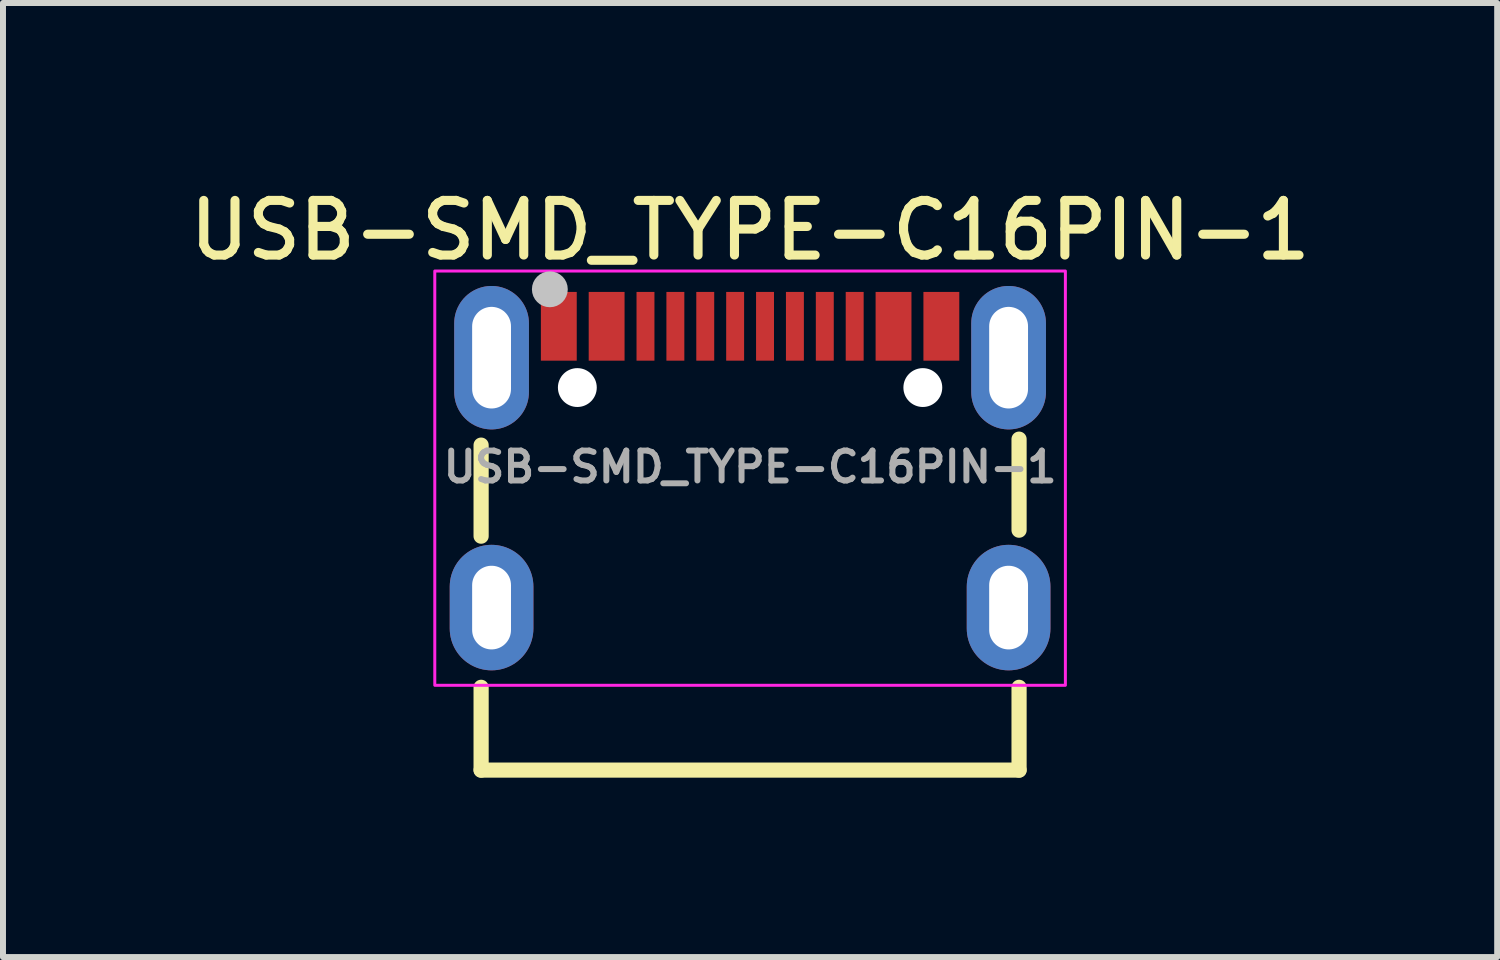
<source format=kicad_pcb>
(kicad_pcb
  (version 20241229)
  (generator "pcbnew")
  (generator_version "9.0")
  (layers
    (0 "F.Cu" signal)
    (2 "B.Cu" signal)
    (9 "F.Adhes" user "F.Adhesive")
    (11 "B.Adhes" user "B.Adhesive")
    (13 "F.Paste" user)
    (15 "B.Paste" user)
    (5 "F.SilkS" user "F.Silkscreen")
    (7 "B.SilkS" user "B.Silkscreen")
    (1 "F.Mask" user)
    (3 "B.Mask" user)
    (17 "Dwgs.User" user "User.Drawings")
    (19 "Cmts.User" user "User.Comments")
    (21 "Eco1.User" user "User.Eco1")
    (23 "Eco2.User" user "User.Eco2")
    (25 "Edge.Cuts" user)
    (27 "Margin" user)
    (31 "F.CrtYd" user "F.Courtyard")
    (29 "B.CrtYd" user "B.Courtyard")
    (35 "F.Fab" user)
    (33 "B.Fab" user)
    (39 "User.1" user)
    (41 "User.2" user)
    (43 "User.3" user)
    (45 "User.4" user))
  (footprint "USB-SMD_TYPE-C16PIN-1"
    (layer "F.Cu")
    (at 9.499 4.762)
    (property "Reference" "USB-SMD_TYPE-C16PIN-1" (at 0 -3.96 0) (layer "F.SilkS") (effects (font (size 0.914 0.914) (thickness 0.152))))
    (fp_line (start -4.5 -0.365) (end -4.5 1.158) (stroke (width 0.254) (type default)) (layer "F.SilkS"))
    (fp_line (start -4.5 3.687) (end -4.5 5.072) (stroke (width 0.254) (type default)) (layer "F.SilkS"))
    (fp_line (start -4.5 5.072) (end 4.5 5.072) (stroke (width 0.254) (type default)) (layer "F.SilkS"))
    (fp_line (start 4.5 1.058) (end 4.5 -0.465) (stroke (width 0.254) (type default)) (layer "F.SilkS"))
    (fp_line (start 4.5 5.072) (end 4.5 3.687) (stroke (width 0.254) (type default)) (layer "F.SilkS"))
    (fp_circle (center -3.35 -2.972) (end -3.2 -2.972) (stroke (width 0.3) (type default)) (fill no) (layer "Dwgs.User"))
    (fp_circle (center -2.89 -1.328) (end -2.765 -1.328) (stroke (width 0.25) (type default)) (fill no) (layer "Dwgs.User"))
    (fp_circle (center 2.89 -1.328) (end 3.015 -1.328) (stroke (width 0.25) (type default)) (fill no) (layer "Dwgs.User"))
    (fp_rect (start -5.275 -3.278) (end 5.275 3.653) (stroke (width 0.05) (type default)) (fill no) (layer "F.CrtYd"))
    (fp_circle (center -4.5 -2.637) (end -4.47 -2.637) (stroke (width 0.06) (type default)) (fill no) (layer "User.5"))
    (fp_text user "${REFERENCE}" (at 0 0 0) (layer "F.Fab") (effects (font (size 0.5 0.5) (thickness 0.1))))
    (pad "" np_thru_hole circle (at -2.89 -1.328) (size 0.65 0.65) (drill 0.65) (layers "*.Cu" "*.Mask"))
    (pad "" np_thru_hole circle (at 2.89 -1.328) (size 0.65 0.65) (drill 0.65) (layers "*.Cu" "*.Mask"))
    (pad "17" thru_hole oval (at -4.325 -1.828) (size 1.25 2.4) (drill oval 0.65 1.7) (layers "*.Cu" "*.Mask"))
    (pad "18" thru_hole oval (at 4.325 -1.828) (size 1.25 2.4) (drill oval 0.65 1.7) (layers "*.Cu" "*.Mask"))
    (pad "19" thru_hole oval (at -4.325 2.353) (size 1.4 2.1) (drill oval 0.65 1.4) (layers "*.Cu" "*.Mask"))
    (pad "20" thru_hole oval (at 4.325 2.353) (size 1.4 2.1) (drill oval 0.65 1.4) (layers "*.Cu" "*.Mask"))
    (pad "A1B12" smd rect (at -3.2 -2.353) (size 0.6 1.15) (layers "F.Cu" "F.Mask" "F.Paste"))
    (pad "A4B9" smd rect (at -2.4 -2.353) (size 0.6 1.15) (layers "F.Cu" "F.Mask" "F.Paste"))
    (pad "A5" smd rect (at -1.25 -2.353) (size 0.3 1.15) (layers "F.Cu" "F.Mask" "F.Paste"))
    (pad "A6" smd rect (at -0.25 -2.353) (size 0.3 1.15) (layers "F.Cu" "F.Mask" "F.Paste"))
    (pad "A7" smd rect (at 0.25 -2.353) (size 0.3 1.15) (layers "F.Cu" "F.Mask" "F.Paste"))
    (pad "A8" smd rect (at 1.25 -2.353) (size 0.3 1.15) (layers "F.Cu" "F.Mask" "F.Paste"))
    (pad "B1A12" smd rect (at 3.2 -2.353) (size 0.6 1.15) (layers "F.Cu" "F.Mask" "F.Paste"))
    (pad "B4A9" smd rect (at 2.4 -2.353) (size 0.6 1.15) (layers "F.Cu" "F.Mask" "F.Paste"))
    (pad "B5" smd rect (at 1.75 -2.353) (size 0.3 1.15) (layers "F.Cu" "F.Mask" "F.Paste"))
    (pad "B6" smd rect (at 0.75 -2.353) (size 0.3 1.15) (layers "F.Cu" "F.Mask" "F.Paste"))
    (pad "B7" smd rect (at -0.75 -2.353) (size 0.3 1.15) (layers "F.Cu" "F.Mask" "F.Paste"))
    (pad "B8" smd rect (at -1.75 -2.353) (size 0.3 1.15) (layers "F.Cu" "F.Mask" "F.Paste"))
    (zone (net_name "") (layer "F.Paste") (hatch edge 0.5) (priority 100) (connect_pads yes) (min_thickness 0) (filled_areas_thickness no) (fill yes) (polygon (pts (xy 5.999 1.835) (xy 6.599 1.835) (xy 6.599 2.985) (xy 5.999 2.985))) (filled_polygon (layer "F.Paste") (island) (pts (xy 5.999 1.835) (xy 6.599 1.835) (xy 6.599 2.985) (xy 5.999 2.985))))
    (zone (net_name "") (layer "F.Paste") (hatch edge 0.5) (priority 100) (connect_pads yes) (min_thickness 0) (filled_areas_thickness no) (fill yes) (polygon (pts (xy 6.799 1.835) (xy 7.399 1.835) (xy 7.399 2.985) (xy 6.799 2.985))) (filled_polygon (layer "F.Paste") (island) (pts (xy 6.799 1.835) (xy 7.399 1.835) (xy 7.399 2.985) (xy 6.799 2.985))))
    (zone (net_name "") (layer "F.Paste") (hatch edge 0.5) (priority 100) (connect_pads yes) (min_thickness 0) (filled_areas_thickness no) (fill yes) (polygon (pts (xy 7.599 1.835) (xy 7.899 1.835) (xy 7.899 2.985) (xy 7.599 2.985))) (filled_polygon (layer "F.Paste") (island) (pts (xy 7.599 1.835) (xy 7.899 1.835) (xy 7.899 2.985) (xy 7.599 2.985))))
    (zone (net_name "") (layer "F.Paste") (hatch edge 0.5) (priority 100) (connect_pads yes) (min_thickness 0) (filled_areas_thickness no) (fill yes) (polygon (pts (xy 8.099 1.835) (xy 8.399 1.835) (xy 8.399 2.985) (xy 8.099 2.985))) (filled_polygon (layer "F.Paste") (island) (pts (xy 8.099 1.835) (xy 8.399 1.835) (xy 8.399 2.985) (xy 8.099 2.985))))
    (zone (net_name "") (layer "F.Paste") (hatch edge 0.5) (priority 100) (connect_pads yes) (min_thickness 0) (filled_areas_thickness no) (fill yes) (polygon (pts (xy 8.599 1.835) (xy 8.899 1.835) (xy 8.899 2.985) (xy 8.599 2.985))) (filled_polygon (layer "F.Paste") (island) (pts (xy 8.599 1.835) (xy 8.899 1.835) (xy 8.899 2.985) (xy 8.599 2.985))))
    (zone (net_name "") (layer "F.Paste") (hatch edge 0.5) (priority 100) (connect_pads yes) (min_thickness 0) (filled_areas_thickness no) (fill yes) (polygon (pts (xy 9.099 1.835) (xy 9.399 1.835) (xy 9.399 2.985) (xy 9.099 2.985))) (filled_polygon (layer "F.Paste") (island) (pts (xy 9.099 1.835) (xy 9.399 1.835) (xy 9.399 2.985) (xy 9.099 2.985))))
    (zone (net_name "") (layer "F.Paste") (hatch edge 0.5) (priority 100) (connect_pads yes) (min_thickness 0) (filled_areas_thickness no) (fill yes) (polygon (pts (xy 9.599 1.835) (xy 9.899 1.835) (xy 9.899 2.985) (xy 9.599 2.985))) (filled_polygon (layer "F.Paste") (island) (pts (xy 9.599 1.835) (xy 9.899 1.835) (xy 9.899 2.985) (xy 9.599 2.985))))
    (zone (net_name "") (layer "F.Paste") (hatch edge 0.5) (priority 100) (connect_pads yes) (min_thickness 0) (filled_areas_thickness no) (fill yes) (polygon (pts (xy 10.099 1.835) (xy 10.399 1.835) (xy 10.399 2.985) (xy 10.099 2.985))) (filled_polygon (layer "F.Paste") (island) (pts (xy 10.099 1.835) (xy 10.399 1.835) (xy 10.399 2.985) (xy 10.099 2.985))))
    (zone (net_name "") (layer "F.Paste") (hatch edge 0.5) (priority 100) (connect_pads yes) (min_thickness 0) (filled_areas_thickness no) (fill yes) (polygon (pts (xy 10.599 1.835) (xy 10.899 1.835) (xy 10.899 2.985) (xy 10.599 2.985))) (filled_polygon (layer "F.Paste") (island) (pts (xy 10.599 1.835) (xy 10.899 1.835) (xy 10.899 2.985) (xy 10.599 2.985))))
    (zone (net_name "") (layer "F.Paste") (hatch edge 0.5) (priority 100) (connect_pads yes) (min_thickness 0) (filled_areas_thickness no) (fill yes) (polygon (pts (xy 11.099 1.835) (xy 11.399 1.835) (xy 11.399 2.985) (xy 11.099 2.985))) (filled_polygon (layer "F.Paste") (island) (pts (xy 11.099 1.835) (xy 11.399 1.835) (xy 11.399 2.985) (xy 11.099 2.985))))
    (zone (net_name "") (layer "F.Paste") (hatch edge 0.5) (priority 100) (connect_pads yes) (min_thickness 0) (filled_areas_thickness no) (fill yes) (polygon (pts (xy 11.599 1.835) (xy 12.199 1.835) (xy 12.199 2.985) (xy 11.599 2.985))) (filled_polygon (layer "F.Paste") (island) (pts (xy 11.599 1.835) (xy 12.199 1.835) (xy 12.199 2.985) (xy 11.599 2.985))))
    (zone (net_name "") (layer "F.Paste") (hatch edge 0.5) (priority 100) (connect_pads yes) (min_thickness 0) (filled_areas_thickness no) (fill yes) (polygon (pts (xy 12.399 1.835) (xy 12.999 1.835) (xy 12.999 2.985) (xy 12.399 2.985))) (filled_polygon (layer "F.Paste") (island) (pts (xy 12.399 1.835) (xy 12.999 1.835) (xy 12.999 2.985) (xy 12.399 2.985))))
    (zone (net_name "") (layer "F.Paste") (hatch edge 0.5) (priority 100) (connect_pads yes) (min_thickness 0) (filled_areas_thickness no) (fill yes) (polygon (pts (xy 5.22 1.736) (xy 5.189 1.735) (xy 5.158 1.735) (xy 5.127 1.736) (xy 5.096 1.739) (xy 5.065 1.744) (xy 5.035 1.75) (xy 5.004 1.758) (xy 4.975 1.767) (xy 4.945 1.778) (xy 4.917 1.79) (xy 4.889 1.803) (xy 4.861 1.818) (xy 4.835 1.835) (xy 4.809 1.852) (xy 4.784 1.871) (xy 4.76 1.891) (xy 4.737 1.912) (xy 4.716 1.934) (xy 4.695 1.958) (xy 4.676 1.982) (xy 4.657 2.008) (xy 4.64 2.034) (xy 4.625 2.061) (xy 4.611 2.088) (xy 4.598 2.117) (xy 4.586 2.146) (xy 4.577 2.175) (xy 4.568 2.205) (xy 4.561 2.236) (xy 4.556 2.266) (xy 4.552 2.297) (xy 4.55 2.328) (xy 4.549 2.36) (xy 4.549 3.51) (xy 4.55 3.541) (xy 4.552 3.572) (xy 4.556 3.603) (xy 4.561 3.633) (xy 4.568 3.664) (xy 4.577 3.694) (xy 4.586 3.723) (xy 4.598 3.752) (xy 4.611 3.781) (xy 4.625 3.809) (xy 4.64 3.835) (xy 4.657 3.862) (xy 4.676 3.887) (xy 4.695 3.911) (xy 4.716 3.935) (xy 4.737 3.957) (xy 4.76 3.978) (xy 4.784 3.998) (xy 4.809 4.017) (xy 4.835 4.035) (xy 4.861 4.051) (xy 4.889 4.066) (xy 4.917 4.079) (xy 4.945 4.091) (xy 4.975 4.102) (xy 5.004 4.111) (xy 5.035 4.119) (xy 5.065 4.125) (xy 5.096 4.13) (xy 5.127 4.133) (xy 5.158 4.134) (xy 5.189 4.134) (xy 5.22 4.133) (xy 5.251 4.13) (xy 5.282 4.125) (xy 5.313 4.119) (xy 5.343 4.111) (xy 5.373 4.102) (xy 5.402 4.091) (xy 5.431 4.079) (xy 5.459 4.066) (xy 5.486 4.051) (xy 5.513 4.035) (xy 5.539 4.017) (xy 5.563 3.998) (xy 5.587 3.978) (xy 5.61 3.957) (xy 5.632 3.935) (xy 5.653 3.911) (xy 5.672 3.887) (xy 5.69 3.862) (xy 5.707 3.835) (xy 5.723 3.809) (xy 5.737 3.781) (xy 5.75 3.752) (xy 5.761 3.723) (xy 5.771 3.694) (xy 5.779 3.664) (xy 5.786 3.633) (xy 5.792 3.603) (xy 5.796 3.572) (xy 5.798 3.541) (xy 5.799 3.51) (xy 5.799 2.36) (xy 5.798 2.328) (xy 5.796 2.297) (xy 5.792 2.266) (xy 5.786 2.236) (xy 5.779 2.205) (xy 5.771 2.175) (xy 5.761 2.146) (xy 5.75 2.117) (xy 5.737 2.088) (xy 5.723 2.061) (xy 5.707 2.034) (xy 5.69 2.008) (xy 5.672 1.982) (xy 5.653 1.958) (xy 5.632 1.934) (xy 5.61 1.912) (xy 5.587 1.891) (xy 5.563 1.871) (xy 5.539 1.852) (xy 5.513 1.835) (xy 5.486 1.818) (xy 5.459 1.803) (xy 5.431 1.79) (xy 5.402 1.778) (xy 5.373 1.767) (xy 5.343 1.758) (xy 5.313 1.75) (xy 5.282 1.744) (xy 5.251 1.739))) (filled_polygon (layer "F.Paste") (island) (pts (xy 5.22 1.736) (xy 5.189 1.735) (xy 5.158 1.735) (xy 5.127 1.736) (xy 5.096 1.739) (xy 5.065 1.744) (xy 5.035 1.75) (xy 5.004 1.758) (xy 4.975 1.767) (xy 4.945 1.778) (xy 4.917 1.79) (xy 4.889 1.803) (xy 4.861 1.818) (xy 4.835 1.835) (xy 4.809 1.852) (xy 4.784 1.871) (xy 4.76 1.891) (xy 4.737 1.912) (xy 4.716 1.934) (xy 4.695 1.958) (xy 4.676 1.982) (xy 4.657 2.008) (xy 4.64 2.034) (xy 4.625 2.061) (xy 4.611 2.088) (xy 4.598 2.117) (xy 4.586 2.146) (xy 4.577 2.175) (xy 4.568 2.205) (xy 4.561 2.236) (xy 4.556 2.266) (xy 4.552 2.297) (xy 4.55 2.328) (xy 4.549 2.36) (xy 4.549 3.51) (xy 4.55 3.541) (xy 4.552 3.572) (xy 4.556 3.603) (xy 4.561 3.633) (xy 4.568 3.664) (xy 4.577 3.694) (xy 4.586 3.723) (xy 4.598 3.752) (xy 4.611 3.781) (xy 4.625 3.809) (xy 4.64 3.835) (xy 4.657 3.862) (xy 4.676 3.887) (xy 4.695 3.911) (xy 4.716 3.935) (xy 4.737 3.957) (xy 4.76 3.978) (xy 4.784 3.998) (xy 4.809 4.017) (xy 4.835 4.035) (xy 4.861 4.051) (xy 4.889 4.066) (xy 4.917 4.079) (xy 4.945 4.091) (xy 4.975 4.102) (xy 5.004 4.111) (xy 5.035 4.119) (xy 5.065 4.125) (xy 5.096 4.13) (xy 5.127 4.133) (xy 5.158 4.134) (xy 5.189 4.134) (xy 5.22 4.133) (xy 5.251 4.13) (xy 5.282 4.125) (xy 5.313 4.119) (xy 5.343 4.111) (xy 5.373 4.102) (xy 5.402 4.091) (xy 5.431 4.079) (xy 5.459 4.066) (xy 5.486 4.051) (xy 5.513 4.035) (xy 5.539 4.017) (xy 5.563 3.998) (xy 5.587 3.978) (xy 5.61 3.957) (xy 5.632 3.935) (xy 5.653 3.911) (xy 5.672 3.887) (xy 5.69 3.862) (xy 5.707 3.835) (xy 5.723 3.809) (xy 5.737 3.781) (xy 5.75 3.752) (xy 5.761 3.723) (xy 5.771 3.694) (xy 5.779 3.664) (xy 5.786 3.633) (xy 5.792 3.603) (xy 5.796 3.572) (xy 5.798 3.541) (xy 5.799 3.51) (xy 5.799 2.36) (xy 5.798 2.328) (xy 5.796 2.297) (xy 5.792 2.266) (xy 5.786 2.236) (xy 5.779 2.205) (xy 5.771 2.175) (xy 5.761 2.146) (xy 5.75 2.117) (xy 5.737 2.088) (xy 5.723 2.061) (xy 5.707 2.034) (xy 5.69 2.008) (xy 5.672 1.982) (xy 5.653 1.958) (xy 5.632 1.934) (xy 5.61 1.912) (xy 5.587 1.891) (xy 5.563 1.871) (xy 5.539 1.852) (xy 5.513 1.835) (xy 5.486 1.818) (xy 5.459 1.803) (xy 5.431 1.79) (xy 5.402 1.778) (xy 5.373 1.767) (xy 5.343 1.758) (xy 5.313 1.75) (xy 5.282 1.744) (xy 5.251 1.739))))
    (zone (net_name "") (layer "F.Paste") (hatch edge 0.5) (priority 100) (connect_pads yes) (min_thickness 0) (filled_areas_thickness no) (fill yes) (polygon (pts (xy 5.226 6.067) (xy 5.191 6.065) (xy 5.156 6.065) (xy 5.121 6.067) (xy 5.087 6.07) (xy 5.052 6.076) (xy 5.018 6.082) (xy 4.984 6.091) (xy 4.951 6.101) (xy 4.918 6.113) (xy 4.886 6.127) (xy 4.854 6.142) (xy 4.824 6.159) (xy 4.794 6.177) (xy 4.765 6.197) (xy 4.737 6.218) (xy 4.711 6.24) (xy 4.685 6.264) (xy 4.661 6.289) (xy 4.638 6.315) (xy 4.616 6.342) (xy 4.595 6.371) (xy 4.576 6.4) (xy 4.559 6.43) (xy 4.543 6.461) (xy 4.529 6.493) (xy 4.516 6.526) (xy 4.505 6.559) (xy 4.495 6.592) (xy 4.488 6.626) (xy 4.482 6.661) (xy 4.477 6.695) (xy 4.475 6.73) (xy 4.474 6.765) (xy 4.474 7.465) (xy 4.475 7.5) (xy 4.477 7.535) (xy 4.482 7.569) (xy 4.488 7.604) (xy 4.495 7.638) (xy 4.505 7.671) (xy 4.516 7.704) (xy 4.529 7.737) (xy 4.543 7.769) (xy 4.559 7.8) (xy 4.576 7.83) (xy 4.595 7.859) (xy 4.616 7.888) (xy 4.638 7.915) (xy 4.661 7.941) (xy 4.685 7.966) (xy 4.711 7.99) (xy 4.737 8.012) (xy 4.765 8.033) (xy 4.794 8.053) (xy 4.824 8.071) (xy 4.854 8.088) (xy 4.886 8.103) (xy 4.918 8.117) (xy 4.951 8.128) (xy 4.984 8.139) (xy 5.018 8.147) (xy 5.052 8.154) (xy 5.087 8.16) (xy 5.121 8.163) (xy 5.156 8.165) (xy 5.191 8.165) (xy 5.226 8.163) (xy 5.261 8.16) (xy 5.295 8.154) (xy 5.329 8.147) (xy 5.363 8.139) (xy 5.397 8.128) (xy 5.429 8.117) (xy 5.462 8.103) (xy 5.493 8.088) (xy 5.524 8.071) (xy 5.554 8.053) (xy 5.582 8.033) (xy 5.61 8.012) (xy 5.637 7.99) (xy 5.663 7.966) (xy 5.687 7.941) (xy 5.71 7.915) (xy 5.732 7.888) (xy 5.752 7.859) (xy 5.771 7.83) (xy 5.788 7.8) (xy 5.804 7.769) (xy 5.819 7.737) (xy 5.832 7.704) (xy 5.843 7.671) (xy 5.852 7.638) (xy 5.86 7.604) (xy 5.866 7.569) (xy 5.87 7.535) (xy 5.873 7.5) (xy 5.874 7.465) (xy 5.874 6.765) (xy 5.873 6.73) (xy 5.87 6.695) (xy 5.866 6.661) (xy 5.86 6.626) (xy 5.852 6.592) (xy 5.843 6.559) (xy 5.832 6.526) (xy 5.819 6.493) (xy 5.804 6.461) (xy 5.788 6.43) (xy 5.771 6.4) (xy 5.752 6.371) (xy 5.732 6.342) (xy 5.71 6.315) (xy 5.687 6.289) (xy 5.663 6.264) (xy 5.637 6.24) (xy 5.61 6.218) (xy 5.582 6.197) (xy 5.554 6.177) (xy 5.524 6.159) (xy 5.493 6.142) (xy 5.462 6.127) (xy 5.429 6.113) (xy 5.397 6.101) (xy 5.363 6.091) (xy 5.329 6.082) (xy 5.295 6.076) (xy 5.261 6.07))) (filled_polygon (layer "F.Paste") (island) (pts (xy 5.226 6.067) (xy 5.191 6.065) (xy 5.156 6.065) (xy 5.121 6.067) (xy 5.087 6.07) (xy 5.052 6.076) (xy 5.018 6.082) (xy 4.984 6.091) (xy 4.951 6.101) (xy 4.918 6.113) (xy 4.886 6.127) (xy 4.854 6.142) (xy 4.824 6.159) (xy 4.794 6.177) (xy 4.765 6.197) (xy 4.737 6.218) (xy 4.711 6.24) (xy 4.685 6.264) (xy 4.661 6.289) (xy 4.638 6.315) (xy 4.616 6.342) (xy 4.595 6.371) (xy 4.576 6.4) (xy 4.559 6.43) (xy 4.543 6.461) (xy 4.529 6.493) (xy 4.516 6.526) (xy 4.505 6.559) (xy 4.495 6.592) (xy 4.488 6.626) (xy 4.482 6.661) (xy 4.477 6.695) (xy 4.475 6.73) (xy 4.474 6.765) (xy 4.474 7.465) (xy 4.475 7.5) (xy 4.477 7.535) (xy 4.482 7.569) (xy 4.488 7.604) (xy 4.495 7.638) (xy 4.505 7.671) (xy 4.516 7.704) (xy 4.529 7.737) (xy 4.543 7.769) (xy 4.559 7.8) (xy 4.576 7.83) (xy 4.595 7.859) (xy 4.616 7.888) (xy 4.638 7.915) (xy 4.661 7.941) (xy 4.685 7.966) (xy 4.711 7.99) (xy 4.737 8.012) (xy 4.765 8.033) (xy 4.794 8.053) (xy 4.824 8.071) (xy 4.854 8.088) (xy 4.886 8.103) (xy 4.918 8.117) (xy 4.951 8.128) (xy 4.984 8.139) (xy 5.018 8.147) (xy 5.052 8.154) (xy 5.087 8.16) (xy 5.121 8.163) (xy 5.156 8.165) (xy 5.191 8.165) (xy 5.226 8.163) (xy 5.261 8.16) (xy 5.295 8.154) (xy 5.329 8.147) (xy 5.363 8.139) (xy 5.397 8.128) (xy 5.429 8.117) (xy 5.462 8.103) (xy 5.493 8.088) (xy 5.524 8.071) (xy 5.554 8.053) (xy 5.582 8.033) (xy 5.61 8.012) (xy 5.637 7.99) (xy 5.663 7.966) (xy 5.687 7.941) (xy 5.71 7.915) (xy 5.732 7.888) (xy 5.752 7.859) (xy 5.771 7.83) (xy 5.788 7.8) (xy 5.804 7.769) (xy 5.819 7.737) (xy 5.832 7.704) (xy 5.843 7.671) (xy 5.852 7.638) (xy 5.86 7.604) (xy 5.866 7.569) (xy 5.87 7.535) (xy 5.873 7.5) (xy 5.874 7.465) (xy 5.874 6.765) (xy 5.873 6.73) (xy 5.87 6.695) (xy 5.866 6.661) (xy 5.86 6.626) (xy 5.852 6.592) (xy 5.843 6.559) (xy 5.832 6.526) (xy 5.819 6.493) (xy 5.804 6.461) (xy 5.788 6.43) (xy 5.771 6.4) (xy 5.752 6.371) (xy 5.732 6.342) (xy 5.71 6.315) (xy 5.687 6.289) (xy 5.663 6.264) (xy 5.637 6.24) (xy 5.61 6.218) (xy 5.582 6.197) (xy 5.554 6.177) (xy 5.524 6.159) (xy 5.493 6.142) (xy 5.462 6.127) (xy 5.429 6.113) (xy 5.397 6.101) (xy 5.363 6.091) (xy 5.329 6.082) (xy 5.295 6.076) (xy 5.261 6.07))))
    (zone (net_name "") (layer "F.Paste") (hatch edge 0.5) (priority 100) (connect_pads yes) (min_thickness 0) (filled_areas_thickness no) (fill yes) (polygon (pts (xy 13.871 1.736) (xy 13.84 1.735) (xy 13.808 1.735) (xy 13.777 1.736) (xy 13.746 1.739) (xy 13.715 1.744) (xy 13.685 1.75) (xy 13.655 1.758) (xy 13.625 1.767) (xy 13.596 1.778) (xy 13.567 1.79) (xy 13.539 1.803) (xy 13.511 1.818) (xy 13.485 1.835) (xy 13.459 1.852) (xy 13.434 1.871) (xy 13.41 1.891) (xy 13.388 1.912) (xy 13.366 1.934) (xy 13.345 1.958) (xy 13.326 1.982) (xy 13.308 2.008) (xy 13.291 2.034) (xy 13.275 2.061) (xy 13.261 2.088) (xy 13.248 2.117) (xy 13.237 2.146) (xy 13.227 2.175) (xy 13.218 2.205) (xy 13.211 2.236) (xy 13.206 2.266) (xy 13.202 2.297) (xy 13.2 2.328) (xy 13.199 2.36) (xy 13.199 3.51) (xy 13.2 3.541) (xy 13.202 3.572) (xy 13.206 3.603) (xy 13.211 3.633) (xy 13.218 3.664) (xy 13.227 3.694) (xy 13.237 3.723) (xy 13.248 3.752) (xy 13.261 3.781) (xy 13.275 3.809) (xy 13.291 3.835) (xy 13.308 3.862) (xy 13.326 3.887) (xy 13.345 3.911) (xy 13.366 3.935) (xy 13.388 3.957) (xy 13.41 3.978) (xy 13.434 3.998) (xy 13.459 4.017) (xy 13.485 4.035) (xy 13.511 4.051) (xy 13.539 4.066) (xy 13.567 4.079) (xy 13.596 4.091) (xy 13.625 4.102) (xy 13.655 4.111) (xy 13.685 4.119) (xy 13.715 4.125) (xy 13.746 4.13) (xy 13.777 4.133) (xy 13.808 4.134) (xy 13.84 4.134) (xy 13.871 4.133) (xy 13.902 4.13) (xy 13.932 4.125) (xy 13.963 4.119) (xy 13.993 4.111) (xy 14.023 4.102) (xy 14.052 4.091) (xy 14.081 4.079) (xy 14.109 4.066) (xy 14.136 4.051) (xy 14.163 4.035) (xy 14.189 4.017) (xy 14.214 3.998) (xy 14.237 3.978) (xy 14.26 3.957) (xy 14.282 3.935) (xy 14.303 3.911) (xy 14.322 3.887) (xy 14.34 3.862) (xy 14.357 3.835) (xy 14.373 3.809) (xy 14.387 3.781) (xy 14.4 3.752) (xy 14.411 3.723) (xy 14.421 3.694) (xy 14.43 3.664) (xy 14.437 3.633) (xy 14.442 3.603) (xy 14.446 3.572) (xy 14.448 3.541) (xy 14.449 3.51) (xy 14.449 2.36) (xy 14.448 2.328) (xy 14.446 2.297) (xy 14.442 2.266) (xy 14.437 2.236) (xy 14.43 2.205) (xy 14.421 2.175) (xy 14.411 2.146) (xy 14.4 2.117) (xy 14.387 2.088) (xy 14.373 2.061) (xy 14.357 2.034) (xy 14.34 2.008) (xy 14.322 1.982) (xy 14.303 1.958) (xy 14.282 1.934) (xy 14.26 1.912) (xy 14.237 1.891) (xy 14.214 1.871) (xy 14.189 1.852) (xy 14.163 1.835) (xy 14.136 1.818) (xy 14.109 1.803) (xy 14.081 1.79) (xy 14.052 1.778) (xy 14.023 1.767) (xy 13.993 1.758) (xy 13.963 1.75) (xy 13.932 1.744) (xy 13.902 1.739))) (filled_polygon (layer "F.Paste") (island) (pts (xy 13.871 1.736) (xy 13.84 1.735) (xy 13.808 1.735) (xy 13.777 1.736) (xy 13.746 1.739) (xy 13.715 1.744) (xy 13.685 1.75) (xy 13.655 1.758) (xy 13.625 1.767) (xy 13.596 1.778) (xy 13.567 1.79) (xy 13.539 1.803) (xy 13.511 1.818) (xy 13.485 1.835) (xy 13.459 1.852) (xy 13.434 1.871) (xy 13.41 1.891) (xy 13.388 1.912) (xy 13.366 1.934) (xy 13.345 1.958) (xy 13.326 1.982) (xy 13.308 2.008) (xy 13.291 2.034) (xy 13.275 2.061) (xy 13.261 2.088) (xy 13.248 2.117) (xy 13.237 2.146) (xy 13.227 2.175) (xy 13.218 2.205) (xy 13.211 2.236) (xy 13.206 2.266) (xy 13.202 2.297) (xy 13.2 2.328) (xy 13.199 2.36) (xy 13.199 3.51) (xy 13.2 3.541) (xy 13.202 3.572) (xy 13.206 3.603) (xy 13.211 3.633) (xy 13.218 3.664) (xy 13.227 3.694) (xy 13.237 3.723) (xy 13.248 3.752) (xy 13.261 3.781) (xy 13.275 3.809) (xy 13.291 3.835) (xy 13.308 3.862) (xy 13.326 3.887) (xy 13.345 3.911) (xy 13.366 3.935) (xy 13.388 3.957) (xy 13.41 3.978) (xy 13.434 3.998) (xy 13.459 4.017) (xy 13.485 4.035) (xy 13.511 4.051) (xy 13.539 4.066) (xy 13.567 4.079) (xy 13.596 4.091) (xy 13.625 4.102) (xy 13.655 4.111) (xy 13.685 4.119) (xy 13.715 4.125) (xy 13.746 4.13) (xy 13.777 4.133) (xy 13.808 4.134) (xy 13.84 4.134) (xy 13.871 4.133) (xy 13.902 4.13) (xy 13.932 4.125) (xy 13.963 4.119) (xy 13.993 4.111) (xy 14.023 4.102) (xy 14.052 4.091) (xy 14.081 4.079) (xy 14.109 4.066) (xy 14.136 4.051) (xy 14.163 4.035) (xy 14.189 4.017) (xy 14.214 3.998) (xy 14.237 3.978) (xy 14.26 3.957) (xy 14.282 3.935) (xy 14.303 3.911) (xy 14.322 3.887) (xy 14.34 3.862) (xy 14.357 3.835) (xy 14.373 3.809) (xy 14.387 3.781) (xy 14.4 3.752) (xy 14.411 3.723) (xy 14.421 3.694) (xy 14.43 3.664) (xy 14.437 3.633) (xy 14.442 3.603) (xy 14.446 3.572) (xy 14.448 3.541) (xy 14.449 3.51) (xy 14.449 2.36) (xy 14.448 2.328) (xy 14.446 2.297) (xy 14.442 2.266) (xy 14.437 2.236) (xy 14.43 2.205) (xy 14.421 2.175) (xy 14.411 2.146) (xy 14.4 2.117) (xy 14.387 2.088) (xy 14.373 2.061) (xy 14.357 2.034) (xy 14.34 2.008) (xy 14.322 1.982) (xy 14.303 1.958) (xy 14.282 1.934) (xy 14.26 1.912) (xy 14.237 1.891) (xy 14.214 1.871) (xy 14.189 1.852) (xy 14.163 1.835) (xy 14.136 1.818) (xy 14.109 1.803) (xy 14.081 1.79) (xy 14.052 1.778) (xy 14.023 1.767) (xy 13.993 1.758) (xy 13.963 1.75) (xy 13.932 1.744) (xy 13.902 1.739))))
    (zone (net_name "") (layer "F.Paste") (hatch edge 0.5) (priority 100) (connect_pads yes) (min_thickness 0) (filled_areas_thickness no) (fill yes) (polygon (pts (xy 13.876 6.067) (xy 13.841 6.065) (xy 13.807 6.065) (xy 13.772 6.067) (xy 13.737 6.07) (xy 13.702 6.076) (xy 13.668 6.082) (xy 13.634 6.091) (xy 13.601 6.101) (xy 13.568 6.113) (xy 13.536 6.127) (xy 13.505 6.142) (xy 13.474 6.159) (xy 13.444 6.177) (xy 13.415 6.197) (xy 13.388 6.218) (xy 13.361 6.24) (xy 13.335 6.264) (xy 13.311 6.289) (xy 13.288 6.315) (xy 13.266 6.342) (xy 13.246 6.371) (xy 13.227 6.4) (xy 13.209 6.43) (xy 13.193 6.461) (xy 13.179 6.493) (xy 13.166 6.526) (xy 13.155 6.559) (xy 13.146 6.592) (xy 13.138 6.626) (xy 13.132 6.661) (xy 13.127 6.695) (xy 13.125 6.73) (xy 13.124 6.765) (xy 13.124 7.465) (xy 13.125 7.5) (xy 13.127 7.535) (xy 13.132 7.569) (xy 13.138 7.604) (xy 13.146 7.638) (xy 13.155 7.671) (xy 13.166 7.704) (xy 13.179 7.737) (xy 13.193 7.769) (xy 13.209 7.8) (xy 13.227 7.83) (xy 13.246 7.859) (xy 13.266 7.888) (xy 13.288 7.915) (xy 13.311 7.941) (xy 13.335 7.966) (xy 13.361 7.99) (xy 13.388 8.012) (xy 13.415 8.033) (xy 13.444 8.053) (xy 13.474 8.071) (xy 13.505 8.088) (xy 13.536 8.103) (xy 13.568 8.117) (xy 13.601 8.128) (xy 13.634 8.139) (xy 13.668 8.147) (xy 13.702 8.154) (xy 13.737 8.16) (xy 13.772 8.163) (xy 13.807 8.165) (xy 13.841 8.165) (xy 13.876 8.163) (xy 13.911 8.16) (xy 13.946 8.154) (xy 13.98 8.147) (xy 14.014 8.139) (xy 14.047 8.128) (xy 14.08 8.117) (xy 14.112 8.103) (xy 14.143 8.088) (xy 14.174 8.071) (xy 14.204 8.053) (xy 14.233 8.033) (xy 14.26 8.012) (xy 14.287 7.99) (xy 14.313 7.966) (xy 14.337 7.941) (xy 14.36 7.915) (xy 14.382 7.888) (xy 14.402 7.859) (xy 14.421 7.83) (xy 14.439 7.8) (xy 14.455 7.769) (xy 14.469 7.737) (xy 14.482 7.704) (xy 14.493 7.671) (xy 14.502 7.638) (xy 14.51 7.604) (xy 14.516 7.569) (xy 14.52 7.535) (xy 14.523 7.5) (xy 14.524 7.465) (xy 14.524 6.765) (xy 14.523 6.73) (xy 14.52 6.695) (xy 14.516 6.661) (xy 14.51 6.626) (xy 14.502 6.592) (xy 14.493 6.559) (xy 14.482 6.526) (xy 14.469 6.493) (xy 14.455 6.461) (xy 14.439 6.43) (xy 14.421 6.4) (xy 14.402 6.371) (xy 14.382 6.342) (xy 14.36 6.315) (xy 14.337 6.289) (xy 14.313 6.264) (xy 14.287 6.24) (xy 14.26 6.218) (xy 14.233 6.197) (xy 14.204 6.177) (xy 14.174 6.159) (xy 14.143 6.142) (xy 14.112 6.127) (xy 14.08 6.113) (xy 14.047 6.101) (xy 14.014 6.091) (xy 13.98 6.082) (xy 13.946 6.076) (xy 13.911 6.07))) (filled_polygon (layer "F.Paste") (island) (pts (xy 13.876 6.067) (xy 13.841 6.065) (xy 13.807 6.065) (xy 13.772 6.067) (xy 13.737 6.07) (xy 13.702 6.076) (xy 13.668 6.082) (xy 13.634 6.091) (xy 13.601 6.101) (xy 13.568 6.113) (xy 13.536 6.127) (xy 13.505 6.142) (xy 13.474 6.159) (xy 13.444 6.177) (xy 13.415 6.197) (xy 13.388 6.218) (xy 13.361 6.24) (xy 13.335 6.264) (xy 13.311 6.289) (xy 13.288 6.315) (xy 13.266 6.342) (xy 13.246 6.371) (xy 13.227 6.4) (xy 13.209 6.43) (xy 13.193 6.461) (xy 13.179 6.493) (xy 13.166 6.526) (xy 13.155 6.559) (xy 13.146 6.592) (xy 13.138 6.626) (xy 13.132 6.661) (xy 13.127 6.695) (xy 13.125 6.73) (xy 13.124 6.765) (xy 13.124 7.465) (xy 13.125 7.5) (xy 13.127 7.535) (xy 13.132 7.569) (xy 13.138 7.604) (xy 13.146 7.638) (xy 13.155 7.671) (xy 13.166 7.704) (xy 13.179 7.737) (xy 13.193 7.769) (xy 13.209 7.8) (xy 13.227 7.83) (xy 13.246 7.859) (xy 13.266 7.888) (xy 13.288 7.915) (xy 13.311 7.941) (xy 13.335 7.966) (xy 13.361 7.99) (xy 13.388 8.012) (xy 13.415 8.033) (xy 13.444 8.053) (xy 13.474 8.071) (xy 13.505 8.088) (xy 13.536 8.103) (xy 13.568 8.117) (xy 13.601 8.128) (xy 13.634 8.139) (xy 13.668 8.147) (xy 13.702 8.154) (xy 13.737 8.16) (xy 13.772 8.163) (xy 13.807 8.165) (xy 13.841 8.165) (xy 13.876 8.163) (xy 13.911 8.16) (xy 13.946 8.154) (xy 13.98 8.147) (xy 14.014 8.139) (xy 14.047 8.128) (xy 14.08 8.117) (xy 14.112 8.103) (xy 14.143 8.088) (xy 14.174 8.071) (xy 14.204 8.053) (xy 14.233 8.033) (xy 14.26 8.012) (xy 14.287 7.99) (xy 14.313 7.966) (xy 14.337 7.941) (xy 14.36 7.915) (xy 14.382 7.888) (xy 14.402 7.859) (xy 14.421 7.83) (xy 14.439 7.8) (xy 14.455 7.769) (xy 14.469 7.737) (xy 14.482 7.704) (xy 14.493 7.671) (xy 14.502 7.638) (xy 14.51 7.604) (xy 14.516 7.569) (xy 14.52 7.535) (xy 14.523 7.5) (xy 14.524 7.465) (xy 14.524 6.765) (xy 14.523 6.73) (xy 14.52 6.695) (xy 14.516 6.661) (xy 14.51 6.626) (xy 14.502 6.592) (xy 14.493 6.559) (xy 14.482 6.526) (xy 14.469 6.493) (xy 14.455 6.461) (xy 14.439 6.43) (xy 14.421 6.4) (xy 14.402 6.371) (xy 14.382 6.342) (xy 14.36 6.315) (xy 14.337 6.289) (xy 14.313 6.264) (xy 14.287 6.24) (xy 14.26 6.218) (xy 14.233 6.197) (xy 14.204 6.177) (xy 14.174 6.159) (xy 14.143 6.142) (xy 14.112 6.127) (xy 14.08 6.113) (xy 14.047 6.101) (xy 14.014 6.091) (xy 13.98 6.082) (xy 13.946 6.076) (xy 13.911 6.07))))
    (zone (net_name "") (layer "User.3") (hatch edge 0.5) (priority 100) (connect_pads yes) (min_thickness 0) (filled_areas_thickness no) (fill yes) (polygon (pts (xy 4.999 9.785) (xy 4.999 2.385) (xy 13.999 2.385) (xy 13.999 9.785))) (filled_polygon (layer "User.3") (island) (pts (xy 4.999 9.785) (xy 4.999 2.385) (xy 13.999 2.385) (xy 13.999 9.785))))
    (zone (net_name "") (layer "User.4") (hatch edge 0.5) (priority 100) (connect_pads yes) (min_thickness 0) (filled_areas_thickness no) (fill yes) (polygon (pts (xy 4.999 2.385) (xy 5.299 2.385) (xy 5.299 3.485) (xy 4.999 3.485))) (filled_polygon (layer "User.4") (island) (pts (xy 4.999 2.385) (xy 5.299 2.385) (xy 5.299 3.485) (xy 4.999 3.485))))
    (zone (net_name "") (layer "User.4") (hatch edge 0.5) (priority 100) (connect_pads yes) (min_thickness 0) (filled_areas_thickness no) (fill yes) (polygon (pts (xy 4.999 6.715) (xy 5.299 6.715) (xy 5.299 7.515) (xy 4.999 7.515))) (filled_polygon (layer "User.4") (island) (pts (xy 4.999 6.715) (xy 5.299 6.715) (xy 5.299 7.515) (xy 4.999 7.515))))
    (zone (net_name "") (layer "User.4") (hatch edge 0.5) (priority 100) (connect_pads yes) (min_thickness 0) (filled_areas_thickness no) (fill yes) (polygon (pts (xy 6.079 2.125) (xy 6.519 2.125) (xy 6.519 2.725) (xy 6.079 2.725))) (filled_polygon (layer "User.4") (island) (pts (xy 6.079 2.125) (xy 6.519 2.125) (xy 6.519 2.725) (xy 6.079 2.725))))
    (zone (net_name "") (layer "User.4") (hatch edge 0.5) (priority 100) (connect_pads yes) (min_thickness 0) (filled_areas_thickness no) (fill yes) (polygon (pts (xy 6.879 2.125) (xy 7.319 2.125) (xy 7.319 2.725) (xy 6.879 2.725))) (filled_polygon (layer "User.4") (island) (pts (xy 6.879 2.125) (xy 7.319 2.125) (xy 7.319 2.725) (xy 6.879 2.725))))
    (zone (net_name "") (layer "User.4") (hatch edge 0.5) (priority 100) (connect_pads yes) (min_thickness 0) (filled_areas_thickness no) (fill yes) (polygon (pts (xy 7.674 2.125) (xy 7.824 2.125) (xy 7.824 2.725) (xy 7.674 2.725))) (filled_polygon (layer "User.4") (island) (pts (xy 7.674 2.125) (xy 7.824 2.125) (xy 7.824 2.725) (xy 7.674 2.725))))
    (zone (net_name "") (layer "User.4") (hatch edge 0.5) (priority 100) (connect_pads yes) (min_thickness 0) (filled_areas_thickness no) (fill yes) (polygon (pts (xy 8.174 2.125) (xy 8.324 2.125) (xy 8.324 2.725) (xy 8.174 2.725))) (filled_polygon (layer "User.4") (island) (pts (xy 8.174 2.125) (xy 8.324 2.125) (xy 8.324 2.725) (xy 8.174 2.725))))
    (zone (net_name "") (layer "User.4") (hatch edge 0.5) (priority 100) (connect_pads yes) (min_thickness 0) (filled_areas_thickness no) (fill yes) (polygon (pts (xy 8.674 2.125) (xy 8.824 2.125) (xy 8.824 2.725) (xy 8.674 2.725))) (filled_polygon (layer "User.4") (island) (pts (xy 8.674 2.125) (xy 8.824 2.125) (xy 8.824 2.725) (xy 8.674 2.725))))
    (zone (net_name "") (layer "User.4") (hatch edge 0.5) (priority 100) (connect_pads yes) (min_thickness 0) (filled_areas_thickness no) (fill yes) (polygon (pts (xy 9.174 2.125) (xy 9.324 2.125) (xy 9.324 2.725) (xy 9.174 2.725))) (filled_polygon (layer "User.4") (island) (pts (xy 9.174 2.125) (xy 9.324 2.125) (xy 9.324 2.725) (xy 9.174 2.725))))
    (zone (net_name "") (layer "User.4") (hatch edge 0.5) (priority 100) (connect_pads yes) (min_thickness 0) (filled_areas_thickness no) (fill yes) (polygon (pts (xy 9.674 2.125) (xy 9.824 2.125) (xy 9.824 2.725) (xy 9.674 2.725))) (filled_polygon (layer "User.4") (island) (pts (xy 9.674 2.125) (xy 9.824 2.125) (xy 9.824 2.725) (xy 9.674 2.725))))
    (zone (net_name "") (layer "User.4") (hatch edge 0.5) (priority 100) (connect_pads yes) (min_thickness 0) (filled_areas_thickness no) (fill yes) (polygon (pts (xy 10.174 2.125) (xy 10.324 2.125) (xy 10.324 2.725) (xy 10.174 2.725))) (filled_polygon (layer "User.4") (island) (pts (xy 10.174 2.125) (xy 10.324 2.125) (xy 10.324 2.725) (xy 10.174 2.725))))
    (zone (net_name "") (layer "User.4") (hatch edge 0.5) (priority 100) (connect_pads yes) (min_thickness 0) (filled_areas_thickness no) (fill yes) (polygon (pts (xy 10.674 2.125) (xy 10.824 2.125) (xy 10.824 2.725) (xy 10.674 2.725))) (filled_polygon (layer "User.4") (island) (pts (xy 10.674 2.125) (xy 10.824 2.125) (xy 10.824 2.725) (xy 10.674 2.725))))
    (zone (net_name "") (layer "User.4") (hatch edge 0.5) (priority 100) (connect_pads yes) (min_thickness 0) (filled_areas_thickness no) (fill yes) (polygon (pts (xy 11.174 2.125) (xy 11.324 2.125) (xy 11.324 2.725) (xy 11.174 2.725))) (filled_polygon (layer "User.4") (island) (pts (xy 11.174 2.125) (xy 11.324 2.125) (xy 11.324 2.725) (xy 11.174 2.725))))
    (zone (net_name "") (layer "User.4") (hatch edge 0.5) (priority 100) (connect_pads yes) (min_thickness 0) (filled_areas_thickness no) (fill yes) (polygon (pts (xy 11.679 2.125) (xy 12.119 2.125) (xy 12.119 2.725) (xy 11.679 2.725))) (filled_polygon (layer "User.4") (island) (pts (xy 11.679 2.125) (xy 12.119 2.125) (xy 12.119 2.725) (xy 11.679 2.725))))
    (zone (net_name "") (layer "User.4") (hatch edge 0.5) (priority 100) (connect_pads yes) (min_thickness 0) (filled_areas_thickness no) (fill yes) (polygon (pts (xy 12.479 2.125) (xy 12.919 2.125) (xy 12.919 2.725) (xy 12.479 2.725))) (filled_polygon (layer "User.4") (island) (pts (xy 12.479 2.125) (xy 12.919 2.125) (xy 12.919 2.725) (xy 12.479 2.725))))
    (zone (net_name "") (layer "User.4") (hatch edge 0.5) (priority 100) (connect_pads yes) (min_thickness 0) (filled_areas_thickness no) (fill yes) (polygon (pts (xy 13.699 2.385) (xy 13.999 2.385) (xy 13.999 3.485) (xy 13.699 3.485))) (filled_polygon (layer "User.4") (island) (pts (xy 13.699 2.385) (xy 13.999 2.385) (xy 13.999 3.485) (xy 13.699 3.485))))
    (zone (net_name "") (layer "User.4") (hatch edge 0.5) (priority 100) (connect_pads yes) (min_thickness 0) (filled_areas_thickness no) (fill yes) (polygon (pts (xy 13.699 6.715) (xy 13.999 6.715) (xy 13.999 7.515) (xy 13.699 7.515))) (filled_polygon (layer "User.4") (island) (pts (xy 13.699 6.715) (xy 13.999 6.715) (xy 13.999 7.515) (xy 13.699 7.515)))))
  (gr_rect
    (start -3 -3)
    (end 21.998 12.962)
    (stroke (width 0.1) (type default))
    (fill no)
    (layer "Edge.Cuts")))
</source>
